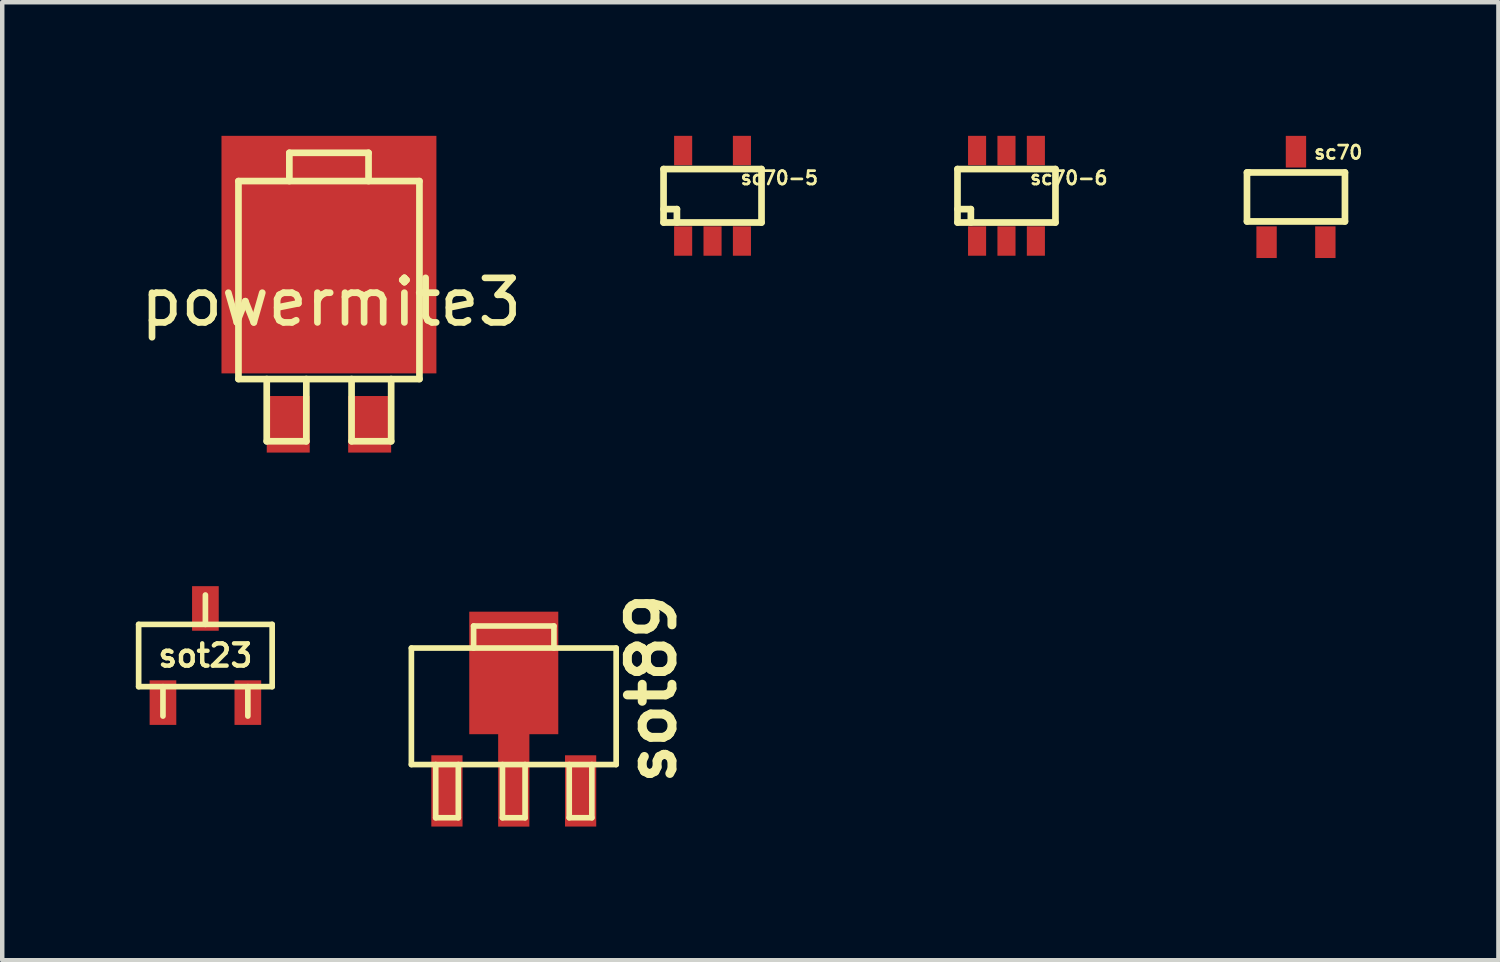
<source format=kicad_pcb>
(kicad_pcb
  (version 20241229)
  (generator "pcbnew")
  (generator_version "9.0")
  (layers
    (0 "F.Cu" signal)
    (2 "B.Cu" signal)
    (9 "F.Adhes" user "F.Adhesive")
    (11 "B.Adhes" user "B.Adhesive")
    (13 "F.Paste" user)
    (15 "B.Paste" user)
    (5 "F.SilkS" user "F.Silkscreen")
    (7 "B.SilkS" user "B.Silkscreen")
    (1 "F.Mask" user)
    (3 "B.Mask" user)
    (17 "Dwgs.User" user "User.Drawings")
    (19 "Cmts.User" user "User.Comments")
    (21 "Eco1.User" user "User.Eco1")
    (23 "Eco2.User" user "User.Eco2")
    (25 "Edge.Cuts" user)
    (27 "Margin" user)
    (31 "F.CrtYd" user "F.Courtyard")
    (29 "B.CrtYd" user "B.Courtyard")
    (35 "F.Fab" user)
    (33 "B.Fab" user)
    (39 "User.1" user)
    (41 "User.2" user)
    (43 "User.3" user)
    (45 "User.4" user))
  (footprint "sc70-5"
    (layer "F.Cu")
    (at 12.949 1.346)
    (property "Reference" "sc70-5" (at 1.5 -0.4 0) (layer "F.SilkS") (effects (font (size 0.3 0.3) (thickness 0.061))))
    (attr smd)
    (fp_line (start -1.1 -0.6) (end -1.1 0.6) (stroke (width 0.15) (type solid)) (layer "F.SilkS"))
    (fp_line (start -1.1 0.3) (end -0.8 0.3) (stroke (width 0.15) (type solid)) (layer "F.SilkS"))
    (fp_line (start -1.1 0.6) (end 1.1 0.6) (stroke (width 0.15) (type solid)) (layer "F.SilkS"))
    (fp_line (start -0.8 0.3) (end -0.8 0.6) (stroke (width 0.15) (type solid)) (layer "F.SilkS"))
    (fp_line (start 1.1 -0.6) (end -1.1 -0.6) (stroke (width 0.15) (type solid)) (layer "F.SilkS"))
    (fp_line (start 1.1 0.6) (end 1.1 -0.6) (stroke (width 0.15) (type solid)) (layer "F.SilkS"))
    (pad "1" smd rect (at -0.66 1.016) (size 0.406 0.66) (layers "F.Cu" "F.Mask" "F.Paste"))
    (pad "2" smd rect (at 0 1.016) (size 0.406 0.66) (layers "F.Cu" "F.Mask" "F.Paste"))
    (pad "3" smd rect (at 0.66 1.016) (size 0.406 0.66) (layers "F.Cu" "F.Mask" "F.Paste"))
    (pad "4" smd rect (at 0.66 -1.016) (size 0.406 0.66) (layers "F.Cu" "F.Mask" "F.Paste"))
    (pad "5" smd rect (at -0.66 -1.016) (size 0.406 0.66) (layers "F.Cu" "F.Mask" "F.Paste")))
  (footprint "sc70"
    (layer "F.Cu")
    (at 26.049 1.372)
    (property "Reference" "sc70" (at 0.95 -1 0) (layer "F.SilkS") (effects (font (size 0.3 0.3) (thickness 0.061))))
    (attr smd)
    (fp_line (start -1.1 -0.55) (end -1.1 0.55) (stroke (width 0.15) (type solid)) (layer "F.SilkS"))
    (fp_line (start -1.1 0.55) (end 1.1 0.55) (stroke (width 0.15) (type solid)) (layer "F.SilkS"))
    (fp_line (start -1.05 -0.55) (end -1.1 -0.55) (stroke (width 0.15) (type solid)) (layer "F.SilkS"))
    (fp_line (start 1.1 -0.55) (end -1.05 -0.55) (stroke (width 0.15) (type solid)) (layer "F.SilkS"))
    (fp_line (start 1.1 0.55) (end 1.1 -0.55) (stroke (width 0.15) (type solid)) (layer "F.SilkS"))
    (pad "1" smd rect (at -0.66 1.016) (size 0.457 0.711) (layers "F.Cu" "F.Mask" "F.Paste"))
    (pad "2" smd rect (at 0.66 1.016) (size 0.457 0.711) (layers "F.Cu" "F.Mask" "F.Paste"))
    (pad "3" smd rect (at 0 -1.016) (size 0.457 0.711) (layers "F.Cu" "F.Mask" "F.Paste")))
  (footprint "sc70-6"
    (layer "F.Cu")
    (at 19.549 1.346)
    (property "Reference" "sc70-6" (at 1.4 -0.4 0) (layer "F.SilkS") (effects (font (size 0.3 0.3) (thickness 0.061))))
    (attr smd)
    (fp_line (start -1.1 -0.6) (end -1.1 0.6) (stroke (width 0.15) (type solid)) (layer "F.SilkS"))
    (fp_line (start -1.1 0.3) (end -0.8 0.3) (stroke (width 0.15) (type solid)) (layer "F.SilkS"))
    (fp_line (start -1.1 0.6) (end 1.1 0.6) (stroke (width 0.15) (type solid)) (layer "F.SilkS"))
    (fp_line (start -0.8 0.3) (end -0.8 0.6) (stroke (width 0.15) (type solid)) (layer "F.SilkS"))
    (fp_line (start 1.1 -0.6) (end -1.1 -0.6) (stroke (width 0.15) (type solid)) (layer "F.SilkS"))
    (fp_line (start 1.1 0.6) (end 1.1 -0.6) (stroke (width 0.15) (type solid)) (layer "F.SilkS"))
    (pad "1" smd rect (at -0.66 1.016) (size 0.406 0.66) (layers "F.Cu" "F.Mask" "F.Paste"))
    (pad "2" smd rect (at 0 1.016) (size 0.406 0.66) (layers "F.Cu" "F.Mask" "F.Paste"))
    (pad "3" smd rect (at 0.66 1.016) (size 0.406 0.66) (layers "F.Cu" "F.Mask" "F.Paste"))
    (pad "4" smd rect (at 0.66 -1.016) (size 0.406 0.66) (layers "F.Cu" "F.Mask" "F.Paste"))
    (pad "5" smd rect (at 0 -1.016) (size 0.406 0.66) (layers "F.Cu" "F.Mask" "F.Paste"))
    (pad "6" smd rect (at -0.66 -1.016) (size 0.406 0.66) (layers "F.Cu" "F.Mask" "F.Paste")))
  (footprint "powermite3"
    (layer "F.Cu")
    (at 4.336 4.572)
    (property "Reference" "powermite3" (at 0.051 -0.838 0) (layer "F.SilkS") (effects (font (size 1 1) (thickness 0.15))))
    (attr smd)
    (fp_line (start -2.032 -3.556) (end -2.032 0.889) (stroke (width 0.15) (type solid)) (layer "F.SilkS"))
    (fp_line (start -2.032 0.889) (end 2.032 0.889) (stroke (width 0.15) (type solid)) (layer "F.SilkS"))
    (fp_line (start -1.397 2.286) (end -1.397 0.889) (stroke (width 0.15) (type solid)) (layer "F.SilkS"))
    (fp_line (start -1.397 2.286) (end -0.508 2.286) (stroke (width 0.15) (type solid)) (layer "F.SilkS"))
    (fp_line (start -0.889 -4.191) (end 0.889 -4.191) (stroke (width 0.15) (type solid)) (layer "F.SilkS"))
    (fp_line (start -0.889 -3.556) (end -0.889 -4.191) (stroke (width 0.15) (type solid)) (layer "F.SilkS"))
    (fp_line (start -0.508 2.286) (end -0.508 0.889) (stroke (width 0.15) (type solid)) (layer "F.SilkS"))
    (fp_line (start 0.508 2.286) (end 0.508 0.889) (stroke (width 0.15) (type solid)) (layer "F.SilkS"))
    (fp_line (start 0.508 2.286) (end 1.397 2.286) (stroke (width 0.15) (type solid)) (layer "F.SilkS"))
    (fp_line (start 0.889 -4.191) (end 0.889 -3.556) (stroke (width 0.15) (type solid)) (layer "F.SilkS"))
    (fp_line (start 1.397 2.286) (end 1.397 0.889) (stroke (width 0.15) (type solid)) (layer "F.SilkS"))
    (fp_line (start 2.032 -3.556) (end -2.032 -3.556) (stroke (width 0.15) (type solid)) (layer "F.SilkS"))
    (fp_line (start 2.032 0.889) (end 2.032 -3.556) (stroke (width 0.15) (type solid)) (layer "F.SilkS"))
    (pad "1" smd rect (at -0.914 1.905) (size 0.965 1.27) (layers "F.Cu" "F.Mask" "F.Paste"))
    (pad "2" smd rect (at 0 -1.905) (size 4.826 5.334) (layers "F.Cu" "F.Mask" "F.Paste"))
    (pad "3" smd rect (at 0.914 1.905) (size 0.965 1.27) (layers "F.Cu" "F.Mask" "F.Paste")))
  (footprint "sot23"
    (layer "F.Cu")
    (at 1.562 11.669)
    (property "Reference" "sot23" (at 0 0 0) (layer "F.SilkS") (effects (font (size 0.5 0.5) (thickness 0.099))))
    (attr smd)
    (fp_line (start -1.499 -0.699) (end 1.499 -0.699) (stroke (width 0.127) (type solid)) (layer "F.SilkS"))
    (fp_line (start -1.499 0.699) (end -1.499 -0.699) (stroke (width 0.127) (type solid)) (layer "F.SilkS"))
    (fp_line (start -0.953 0.699) (end -0.953 1.359) (stroke (width 0.127) (type solid)) (layer "F.SilkS"))
    (fp_line (start 0 -0.699) (end 0 -1.359) (stroke (width 0.127) (type solid)) (layer "F.SilkS"))
    (fp_line (start 0.953 0.699) (end 0.953 1.359) (stroke (width 0.127) (type solid)) (layer "F.SilkS"))
    (fp_line (start 1.499 -0.699) (end 1.499 0.699) (stroke (width 0.127) (type solid)) (layer "F.SilkS"))
    (fp_line (start 1.499 0.699) (end -1.499 0.699) (stroke (width 0.127) (type solid)) (layer "F.SilkS"))
    (pad "1" smd rect (at -0.953 1.057) (size 0.599 1.001) (layers "F.Cu" "F.Mask" "F.Paste"))
    (pad "2" smd rect (at 0 -1.057) (size 0.599 1.001) (layers "F.Cu" "F.Mask" "F.Paste"))
    (pad "3" smd rect (at 0.953 1.057) (size 0.599 1.001) (layers "F.Cu" "F.Mask" "F.Paste")))
  (footprint "sot89"
    (layer "F.Cu")
    (at 8.486 12.809)
    (property "Reference" "sot89" (at 3.099 -0.399 90) (layer "F.SilkS") (effects (font (size 1.001 1.001) (thickness 0.201))))
    (attr smd)
    (fp_line (start -2.299 -1.308) (end 2.299 -1.308) (stroke (width 0.127) (type solid)) (layer "F.SilkS"))
    (fp_line (start -2.299 1.308) (end -2.299 -1.308) (stroke (width 0.127) (type solid)) (layer "F.SilkS"))
    (fp_line (start -1.753 2.502) (end -1.753 1.308) (stroke (width 0.127) (type solid)) (layer "F.SilkS"))
    (fp_line (start -1.753 2.502) (end -1.245 2.502) (stroke (width 0.127) (type solid)) (layer "F.SilkS"))
    (fp_line (start -1.245 2.502) (end -1.245 1.308) (stroke (width 0.127) (type solid)) (layer "F.SilkS"))
    (fp_line (start -0.902 -1.803) (end -0.902 -1.308) (stroke (width 0.127) (type solid)) (layer "F.SilkS"))
    (fp_line (start -0.902 -1.803) (end 0.902 -1.803) (stroke (width 0.127) (type solid)) (layer "F.SilkS"))
    (fp_line (start -0.254 2.502) (end -0.254 1.308) (stroke (width 0.127) (type solid)) (layer "F.SilkS"))
    (fp_line (start -0.254 2.502) (end 0.254 2.502) (stroke (width 0.127) (type solid)) (layer "F.SilkS"))
    (fp_line (start 0.254 2.502) (end 0.254 1.308) (stroke (width 0.127) (type solid)) (layer "F.SilkS"))
    (fp_line (start 0.902 -1.803) (end 0.902 -1.308) (stroke (width 0.127) (type solid)) (layer "F.SilkS"))
    (fp_line (start 1.245 2.502) (end 1.245 1.308) (stroke (width 0.127) (type solid)) (layer "F.SilkS"))
    (fp_line (start 1.245 2.502) (end 1.753 2.502) (stroke (width 0.127) (type solid)) (layer "F.SilkS"))
    (fp_line (start 1.753 2.502) (end 1.753 1.308) (stroke (width 0.127) (type solid)) (layer "F.SilkS"))
    (fp_line (start 2.299 -1.308) (end 2.299 1.308) (stroke (width 0.127) (type solid)) (layer "F.SilkS"))
    (fp_line (start 2.299 1.308) (end -2.299 1.308) (stroke (width 0.127) (type solid)) (layer "F.SilkS"))
    (pad "1" smd rect (at -1.501 1.9) (size 0.701 1.6) (layers "F.Cu" "F.Mask" "F.Paste"))
    (pad "2" smd rect (at 0 -0.749) (size 1.999 2.751) (layers "F.Cu" "F.Mask" "F.Paste"))
    (pad "2" smd rect (at 0 1.651) (size 0.701 2.101) (layers "F.Cu" "F.Mask" "F.Paste"))
    (pad "3" smd rect (at 1.501 1.9) (size 0.701 1.6) (layers "F.Cu" "F.Mask" "F.Paste")))
  (gr_rect
    (start -3 -3)
    (end 30.595 18.51)
    (stroke (width 0.1) (type default))
    (fill no)
    (layer "Edge.Cuts")))
</source>
